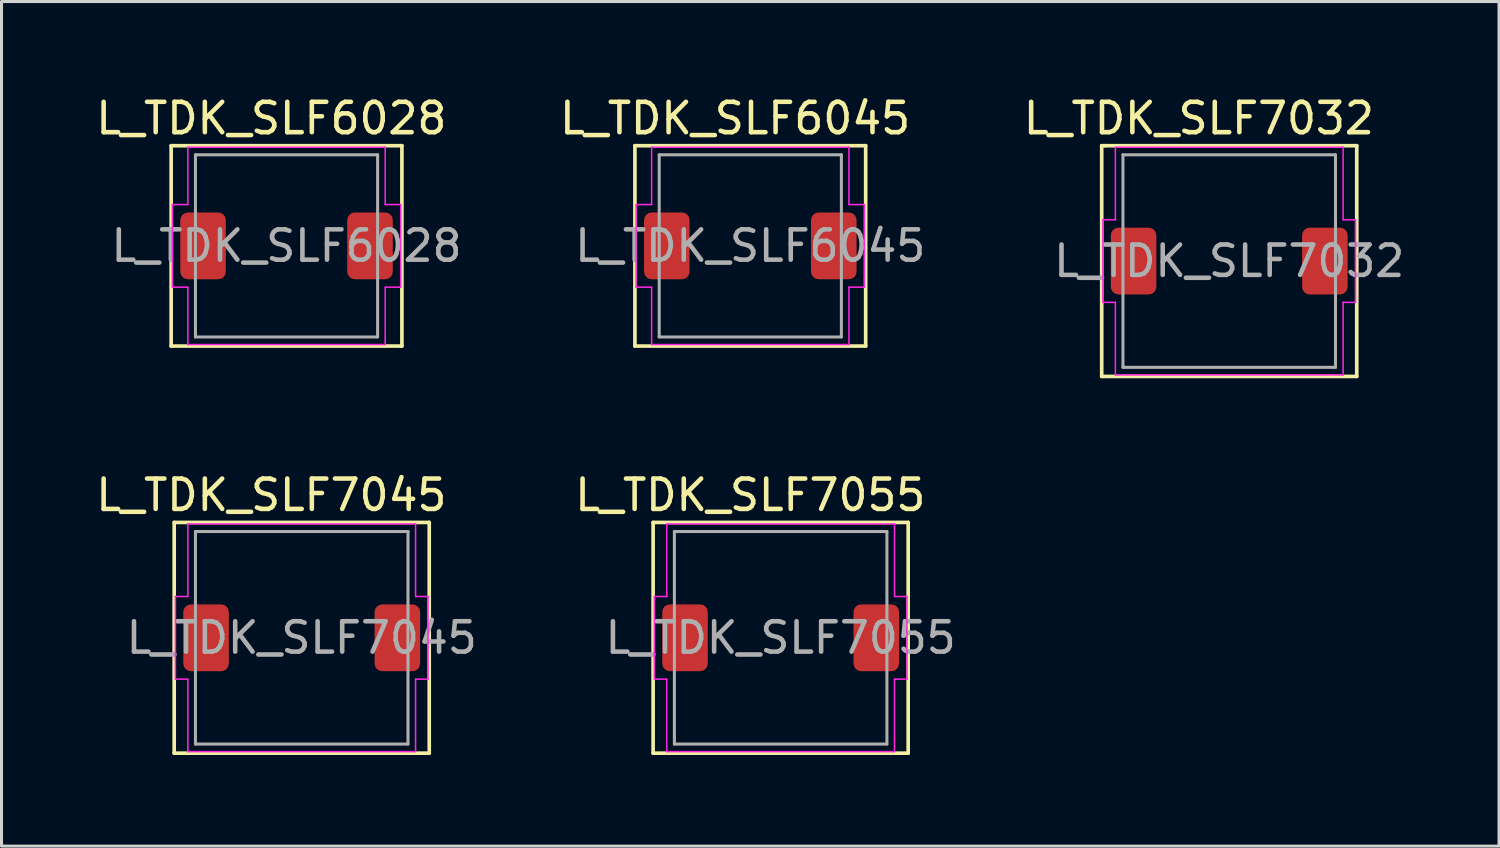
<source format=kicad_pcb>
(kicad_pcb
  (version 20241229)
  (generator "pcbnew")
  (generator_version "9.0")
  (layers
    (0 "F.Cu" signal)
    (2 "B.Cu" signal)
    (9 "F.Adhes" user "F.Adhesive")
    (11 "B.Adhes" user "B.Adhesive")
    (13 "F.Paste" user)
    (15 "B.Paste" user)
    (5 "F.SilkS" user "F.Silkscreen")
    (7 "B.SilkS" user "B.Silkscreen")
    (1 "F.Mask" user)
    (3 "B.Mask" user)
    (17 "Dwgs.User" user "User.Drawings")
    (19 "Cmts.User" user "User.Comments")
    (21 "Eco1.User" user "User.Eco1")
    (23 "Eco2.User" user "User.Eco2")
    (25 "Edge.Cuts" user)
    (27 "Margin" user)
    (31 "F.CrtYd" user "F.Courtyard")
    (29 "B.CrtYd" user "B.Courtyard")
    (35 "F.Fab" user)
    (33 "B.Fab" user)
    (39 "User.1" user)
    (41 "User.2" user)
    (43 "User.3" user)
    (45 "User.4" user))
  (footprint "L_TDK_SLF7032"
    (layer "F.Cu")
    (at 37.435 5.548)
    (property "Reference" "L_TDK_SLF7032" (at -1 -4.7 0) (layer "F.SilkS") (effects (font (size 1 1) (thickness 0.15))))
    (attr smd)
    (fp_line (start -4.2 -3.8) (end -4.2 3.8) (stroke (width 0.12) (type solid)) (layer "F.SilkS"))
    (fp_line (start -4.2 3.8) (end 4.2 3.8) (stroke (width 0.12) (type solid)) (layer "F.SilkS"))
    (fp_line (start -4.1 -3.8) (end -4.2 -3.8) (stroke (width 0.12) (type solid)) (layer "F.SilkS"))
    (fp_line (start 4.2 -3.8) (end -4.1 -3.8) (stroke (width 0.12) (type solid)) (layer "F.SilkS"))
    (fp_line (start 4.2 3.8) (end 4.2 -3.8) (stroke (width 0.12) (type solid)) (layer "F.SilkS"))
    (fp_line (start -4.16 -1.36) (end -4.16 1.36) (stroke (width 0.05) (type solid)) (layer "F.CrtYd"))
    (fp_line (start -4.16 1.36) (end -3.75 1.36) (stroke (width 0.05) (type solid)) (layer "F.CrtYd"))
    (fp_line (start -3.75 -3.75) (end -3.75 -1.36) (stroke (width 0.05) (type solid)) (layer "F.CrtYd"))
    (fp_line (start -3.75 -3.75) (end 3.75 -3.75) (stroke (width 0.05) (type solid)) (layer "F.CrtYd"))
    (fp_line (start -3.75 -1.36) (end -4.16 -1.36) (stroke (width 0.05) (type solid)) (layer "F.CrtYd"))
    (fp_line (start -3.75 1.36) (end -3.75 3.75) (stroke (width 0.05) (type solid)) (layer "F.CrtYd"))
    (fp_line (start -3.75 3.75) (end 3.75 3.75) (stroke (width 0.05) (type solid)) (layer "F.CrtYd"))
    (fp_line (start 3.75 -3.75) (end 3.75 -1.36) (stroke (width 0.05) (type solid)) (layer "F.CrtYd"))
    (fp_line (start 3.75 -1.36) (end 4.16 -1.36) (stroke (width 0.05) (type solid)) (layer "F.CrtYd"))
    (fp_line (start 3.75 1.36) (end 3.75 3.75) (stroke (width 0.05) (type solid)) (layer "F.CrtYd"))
    (fp_line (start 4.16 -1.36) (end 4.16 1.36) (stroke (width 0.05) (type solid)) (layer "F.CrtYd"))
    (fp_line (start 4.16 1.36) (end 3.75 1.36) (stroke (width 0.05) (type solid)) (layer "F.CrtYd"))
    (fp_line (start -3.5 -3.5) (end 3.5 -3.5) (stroke (width 0.1) (type solid)) (layer "F.Fab"))
    (fp_line (start -3.5 3.5) (end -3.5 -3.5) (stroke (width 0.1) (type solid)) (layer "F.Fab"))
    (fp_line (start 3.5 -3.5) (end 3.5 3.5) (stroke (width 0.1) (type solid)) (layer "F.Fab"))
    (fp_line (start 3.5 3.5) (end -3.5 3.5) (stroke (width 0.1) (type solid)) (layer "F.Fab"))
    (fp_text user "${REFERENCE}" (at 0 0 0) (layer "F.Fab") (effects (font (size 1 1) (thickness 0.15))))
    (pad "1" smd roundrect (at -3.15 0) (size 1.5 2.2) (layers "F.Cu" "F.Mask" "F.Paste") (roundrect_rratio 0.167))
    (pad "2" smd roundrect (at 3.15 0) (size 1.5 2.2) (layers "F.Cu" "F.Mask" "F.Paste") (roundrect_rratio 0.167)))
  (footprint "L_TDK_SLF7045"
    (layer "F.Cu")
    (at 6.887 17.956)
    (property "Reference" "L_TDK_SLF7045" (at -1 -4.7 0) (layer "F.SilkS") (effects (font (size 1 1) (thickness 0.15))))
    (attr smd)
    (fp_line (start -4.2 -3.8) (end -4.2 3.8) (stroke (width 0.12) (type solid)) (layer "F.SilkS"))
    (fp_line (start -4.2 3.8) (end 4.2 3.8) (stroke (width 0.12) (type solid)) (layer "F.SilkS"))
    (fp_line (start 4.2 -3.8) (end -4.2 -3.8) (stroke (width 0.12) (type solid)) (layer "F.SilkS"))
    (fp_line (start 4.2 3.8) (end 4.2 -3.8) (stroke (width 0.12) (type solid)) (layer "F.SilkS"))
    (fp_line (start -4.16 -1.36) (end -4.16 1.36) (stroke (width 0.05) (type solid)) (layer "F.CrtYd"))
    (fp_line (start -4.16 1.36) (end -3.75 1.36) (stroke (width 0.05) (type solid)) (layer "F.CrtYd"))
    (fp_line (start -3.75 -3.75) (end -3.75 -1.36) (stroke (width 0.05) (type solid)) (layer "F.CrtYd"))
    (fp_line (start -3.75 -3.75) (end 3.75 -3.75) (stroke (width 0.05) (type solid)) (layer "F.CrtYd"))
    (fp_line (start -3.75 -1.36) (end -4.16 -1.36) (stroke (width 0.05) (type solid)) (layer "F.CrtYd"))
    (fp_line (start -3.75 1.36) (end -3.75 3.75) (stroke (width 0.05) (type solid)) (layer "F.CrtYd"))
    (fp_line (start -3.75 3.75) (end 3.75 3.75) (stroke (width 0.05) (type solid)) (layer "F.CrtYd"))
    (fp_line (start 3.75 -3.75) (end 3.75 -1.36) (stroke (width 0.05) (type solid)) (layer "F.CrtYd"))
    (fp_line (start 3.75 -1.36) (end 4.16 -1.36) (stroke (width 0.05) (type solid)) (layer "F.CrtYd"))
    (fp_line (start 3.75 1.36) (end 3.75 3.75) (stroke (width 0.05) (type solid)) (layer "F.CrtYd"))
    (fp_line (start 4.16 -1.36) (end 4.16 1.36) (stroke (width 0.05) (type solid)) (layer "F.CrtYd"))
    (fp_line (start 4.16 1.36) (end 3.75 1.36) (stroke (width 0.05) (type solid)) (layer "F.CrtYd"))
    (fp_line (start -3.5 -3.5) (end 3.5 -3.5) (stroke (width 0.1) (type solid)) (layer "F.Fab"))
    (fp_line (start -3.5 3.5) (end -3.5 -3.5) (stroke (width 0.1) (type solid)) (layer "F.Fab"))
    (fp_line (start 3.5 -3.5) (end 3.5 3.5) (stroke (width 0.1) (type solid)) (layer "F.Fab"))
    (fp_line (start 3.5 3.5) (end -3.5 3.5) (stroke (width 0.1) (type solid)) (layer "F.Fab"))
    (fp_text user "${REFERENCE}" (at 0 0 0) (layer "F.Fab") (effects (font (size 1 1) (thickness 0.15))))
    (pad "1" smd roundrect (at -3.15 0) (size 1.5 2.2) (layers "F.Cu" "F.Mask" "F.Paste") (roundrect_rratio 0.167))
    (pad "2" smd roundrect (at 3.15 0) (size 1.5 2.2) (layers "F.Cu" "F.Mask" "F.Paste") (roundrect_rratio 0.167)))
  (footprint "L_TDK_SLF6045"
    (layer "F.Cu")
    (at 21.661 5.048)
    (property "Reference" "L_TDK_SLF6045" (at -0.5 -4.2 0) (layer "F.SilkS") (effects (font (size 1 1) (thickness 0.15))))
    (attr smd)
    (fp_line (start -3.8 -3.3) (end -3.8 3.3) (stroke (width 0.12) (type solid)) (layer "F.SilkS"))
    (fp_line (start -3.8 3.3) (end 3.8 3.3) (stroke (width 0.12) (type solid)) (layer "F.SilkS"))
    (fp_line (start 3.8 -3.3) (end -3.8 -3.3) (stroke (width 0.12) (type solid)) (layer "F.SilkS"))
    (fp_line (start 3.8 3.3) (end 3.8 -3.3) (stroke (width 0.12) (type solid)) (layer "F.SilkS"))
    (fp_line (start -3.76 -1.36) (end -3.76 1.36) (stroke (width 0.05) (type solid)) (layer "F.CrtYd"))
    (fp_line (start -3.76 1.36) (end -3.25 1.36) (stroke (width 0.05) (type solid)) (layer "F.CrtYd"))
    (fp_line (start -3.25 -3.25) (end -3.25 -1.36) (stroke (width 0.05) (type solid)) (layer "F.CrtYd"))
    (fp_line (start -3.25 -3.25) (end 3.25 -3.25) (stroke (width 0.05) (type solid)) (layer "F.CrtYd"))
    (fp_line (start -3.25 -1.36) (end -3.76 -1.36) (stroke (width 0.05) (type solid)) (layer "F.CrtYd"))
    (fp_line (start -3.25 1.36) (end -3.25 3.25) (stroke (width 0.05) (type solid)) (layer "F.CrtYd"))
    (fp_line (start -3.25 3.25) (end 3.25 3.25) (stroke (width 0.05) (type solid)) (layer "F.CrtYd"))
    (fp_line (start 3.25 -3.25) (end 3.25 -1.36) (stroke (width 0.05) (type solid)) (layer "F.CrtYd"))
    (fp_line (start 3.25 -1.36) (end 3.76 -1.36) (stroke (width 0.05) (type solid)) (layer "F.CrtYd"))
    (fp_line (start 3.25 1.36) (end 3.25 3.25) (stroke (width 0.05) (type solid)) (layer "F.CrtYd"))
    (fp_line (start 3.76 -1.36) (end 3.76 1.36) (stroke (width 0.05) (type solid)) (layer "F.CrtYd"))
    (fp_line (start 3.76 1.36) (end 3.25 1.36) (stroke (width 0.05) (type solid)) (layer "F.CrtYd"))
    (fp_line (start -3 -3) (end 3 -3) (stroke (width 0.1) (type solid)) (layer "F.Fab"))
    (fp_line (start -3 3) (end -3 -3) (stroke (width 0.1) (type solid)) (layer "F.Fab"))
    (fp_line (start 3 -3) (end 3 3) (stroke (width 0.1) (type solid)) (layer "F.Fab"))
    (fp_line (start 3 3) (end -3 3) (stroke (width 0.1) (type solid)) (layer "F.Fab"))
    (fp_text user "${REFERENCE}" (at 0 0 0) (layer "F.Fab") (effects (font (size 1 1) (thickness 0.15))))
    (pad "1" smd roundrect (at -2.75 0) (size 1.5 2.2) (layers "F.Cu" "F.Mask" "F.Paste") (roundrect_rratio 0.167))
    (pad "2" smd roundrect (at 2.75 0) (size 1.5 2.2) (layers "F.Cu" "F.Mask" "F.Paste") (roundrect_rratio 0.167)))
  (footprint "L_TDK_SLF7055"
    (layer "F.Cu")
    (at 22.661 17.956)
    (property "Reference" "L_TDK_SLF7055" (at -1 -4.7 0) (layer "F.SilkS") (effects (font (size 1 1) (thickness 0.15))))
    (attr smd)
    (fp_line (start -4.2 -3.8) (end -4.2 3.8) (stroke (width 0.12) (type solid)) (layer "F.SilkS"))
    (fp_line (start -4.2 3.8) (end 4.2 3.8) (stroke (width 0.12) (type solid)) (layer "F.SilkS"))
    (fp_line (start 4.2 -3.8) (end -4.2 -3.8) (stroke (width 0.12) (type solid)) (layer "F.SilkS"))
    (fp_line (start 4.2 3.8) (end 4.2 -3.8) (stroke (width 0.12) (type solid)) (layer "F.SilkS"))
    (fp_line (start -4.16 -1.36) (end -4.16 1.36) (stroke (width 0.05) (type solid)) (layer "F.CrtYd"))
    (fp_line (start -4.16 1.36) (end -3.75 1.36) (stroke (width 0.05) (type solid)) (layer "F.CrtYd"))
    (fp_line (start -3.75 -3.75) (end -3.75 -1.36) (stroke (width 0.05) (type solid)) (layer "F.CrtYd"))
    (fp_line (start -3.75 -3.75) (end 3.75 -3.75) (stroke (width 0.05) (type solid)) (layer "F.CrtYd"))
    (fp_line (start -3.75 -1.36) (end -4.16 -1.36) (stroke (width 0.05) (type solid)) (layer "F.CrtYd"))
    (fp_line (start -3.75 1.36) (end -3.75 3.75) (stroke (width 0.05) (type solid)) (layer "F.CrtYd"))
    (fp_line (start -3.75 3.75) (end 3.75 3.75) (stroke (width 0.05) (type solid)) (layer "F.CrtYd"))
    (fp_line (start 3.75 -3.75) (end 3.75 -1.36) (stroke (width 0.05) (type solid)) (layer "F.CrtYd"))
    (fp_line (start 3.75 -1.36) (end 4.16 -1.36) (stroke (width 0.05) (type solid)) (layer "F.CrtYd"))
    (fp_line (start 3.75 1.36) (end 3.75 3.75) (stroke (width 0.05) (type solid)) (layer "F.CrtYd"))
    (fp_line (start 4.16 -1.36) (end 4.16 1.36) (stroke (width 0.05) (type solid)) (layer "F.CrtYd"))
    (fp_line (start 4.16 1.36) (end 3.75 1.36) (stroke (width 0.05) (type solid)) (layer "F.CrtYd"))
    (fp_line (start -3.5 -3.5) (end 3.5 -3.5) (stroke (width 0.1) (type solid)) (layer "F.Fab"))
    (fp_line (start -3.5 3.5) (end -3.5 -3.5) (stroke (width 0.1) (type solid)) (layer "F.Fab"))
    (fp_line (start 3.5 -3.5) (end 3.5 3.5) (stroke (width 0.1) (type solid)) (layer "F.Fab"))
    (fp_line (start 3.5 3.5) (end -3.5 3.5) (stroke (width 0.1) (type solid)) (layer "F.Fab"))
    (fp_text user "${REFERENCE}" (at 0 0 0) (layer "F.Fab") (effects (font (size 1 1) (thickness 0.15))))
    (pad "1" smd roundrect (at -3.15 0) (size 1.5 2.2) (layers "F.Cu" "F.Mask" "F.Paste") (roundrect_rratio 0.167))
    (pad "2" smd roundrect (at 3.15 0) (size 1.5 2.2) (layers "F.Cu" "F.Mask" "F.Paste") (roundrect_rratio 0.167)))
  (footprint "L_TDK_SLF6028"
    (layer "F.Cu")
    (at 6.387 5.048)
    (property "Reference" "L_TDK_SLF6028" (at -0.5 -4.2 0) (layer "F.SilkS") (effects (font (size 1 1) (thickness 0.15))))
    (attr smd)
    (fp_line (start -3.8 -3.3) (end -3.8 3.3) (stroke (width 0.12) (type solid)) (layer "F.SilkS"))
    (fp_line (start -3.8 3.3) (end 3.8 3.3) (stroke (width 0.12) (type solid)) (layer "F.SilkS"))
    (fp_line (start 3.8 -3.3) (end -3.8 -3.3) (stroke (width 0.12) (type solid)) (layer "F.SilkS"))
    (fp_line (start 3.8 3.3) (end 3.8 -3.3) (stroke (width 0.12) (type solid)) (layer "F.SilkS"))
    (fp_line (start -3.76 -1.36) (end -3.76 1.36) (stroke (width 0.05) (type solid)) (layer "F.CrtYd"))
    (fp_line (start -3.76 1.36) (end -3.25 1.36) (stroke (width 0.05) (type solid)) (layer "F.CrtYd"))
    (fp_line (start -3.25 -3.25) (end -3.25 -1.36) (stroke (width 0.05) (type solid)) (layer "F.CrtYd"))
    (fp_line (start -3.25 -3.25) (end 3.25 -3.25) (stroke (width 0.05) (type solid)) (layer "F.CrtYd"))
    (fp_line (start -3.25 -1.36) (end -3.76 -1.36) (stroke (width 0.05) (type solid)) (layer "F.CrtYd"))
    (fp_line (start -3.25 1.36) (end -3.25 3.25) (stroke (width 0.05) (type solid)) (layer "F.CrtYd"))
    (fp_line (start -3.25 3.25) (end 3.25 3.25) (stroke (width 0.05) (type solid)) (layer "F.CrtYd"))
    (fp_line (start 3.25 -3.25) (end 3.25 -1.36) (stroke (width 0.05) (type solid)) (layer "F.CrtYd"))
    (fp_line (start 3.25 -1.36) (end 3.76 -1.36) (stroke (width 0.05) (type solid)) (layer "F.CrtYd"))
    (fp_line (start 3.25 1.36) (end 3.25 3.25) (stroke (width 0.05) (type solid)) (layer "F.CrtYd"))
    (fp_line (start 3.76 -1.36) (end 3.76 1.36) (stroke (width 0.05) (type solid)) (layer "F.CrtYd"))
    (fp_line (start 3.76 1.36) (end 3.25 1.36) (stroke (width 0.05) (type solid)) (layer "F.CrtYd"))
    (fp_line (start -3 -3) (end 3 -3) (stroke (width 0.1) (type solid)) (layer "F.Fab"))
    (fp_line (start -3 3) (end -3 -3) (stroke (width 0.1) (type solid)) (layer "F.Fab"))
    (fp_line (start 3 -3) (end 3 3) (stroke (width 0.1) (type solid)) (layer "F.Fab"))
    (fp_line (start 3 3) (end -3 3) (stroke (width 0.1) (type solid)) (layer "F.Fab"))
    (fp_text user "${REFERENCE}" (at 0 0 0) (layer "F.Fab") (effects (font (size 1 1) (thickness 0.15))))
    (pad "1" smd roundrect (at -2.75 0) (size 1.5 2.2) (layers "F.Cu" "F.Mask" "F.Paste") (roundrect_rratio 0.167))
    (pad "2" smd roundrect (at 2.75 0) (size 1.5 2.2) (layers "F.Cu" "F.Mask" "F.Paste") (roundrect_rratio 0.167)))
  (gr_rect
    (start -3 -3)
    (end 46.321 24.817)
    (stroke (width 0.1) (type default))
    (fill no)
    (layer "Edge.Cuts")))
</source>
